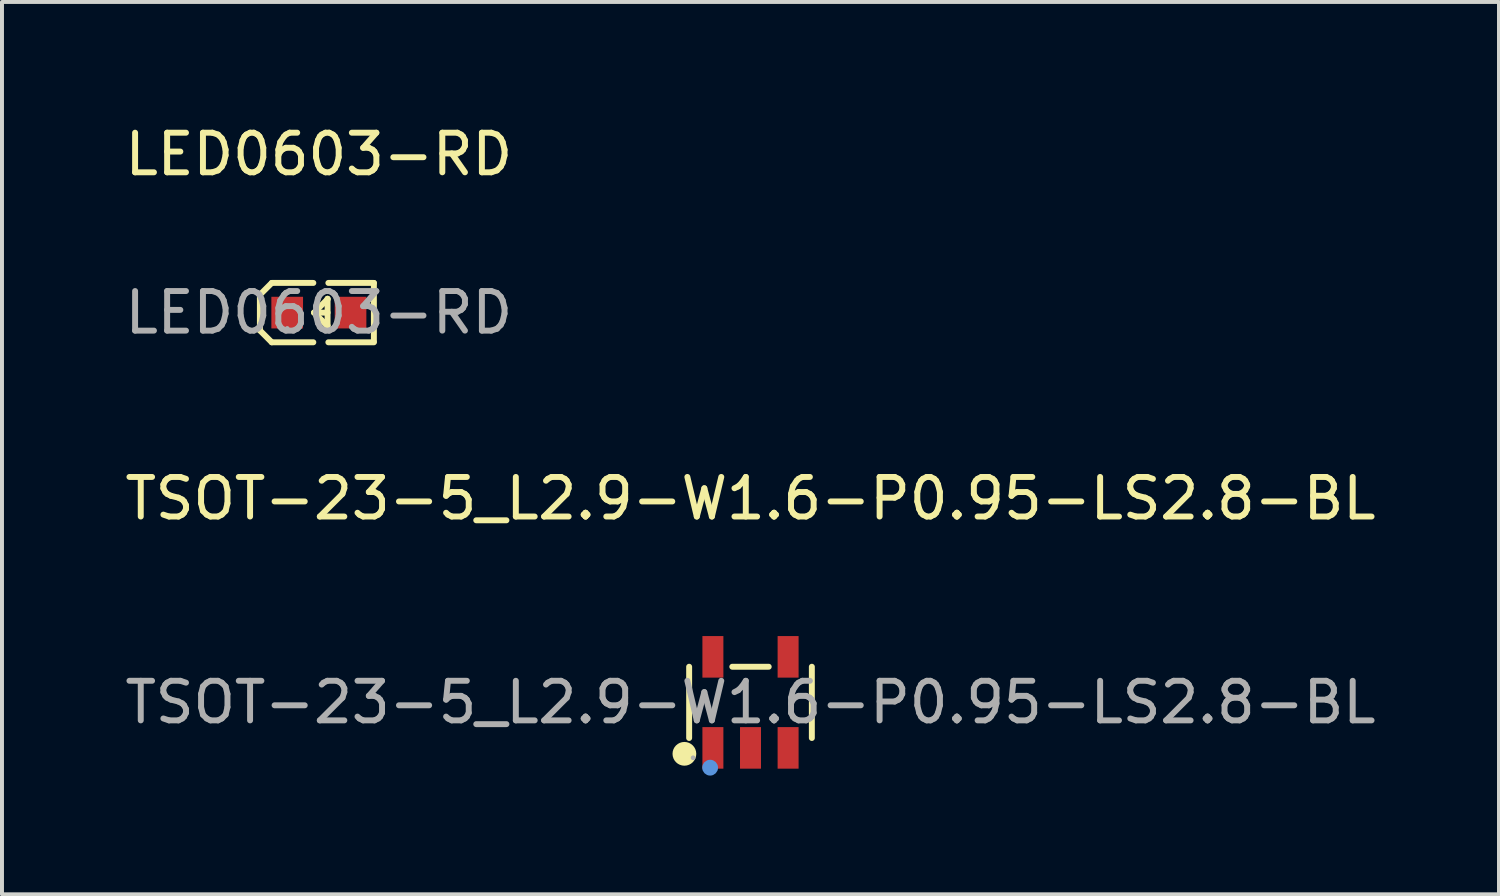
<source format=kicad_pcb>
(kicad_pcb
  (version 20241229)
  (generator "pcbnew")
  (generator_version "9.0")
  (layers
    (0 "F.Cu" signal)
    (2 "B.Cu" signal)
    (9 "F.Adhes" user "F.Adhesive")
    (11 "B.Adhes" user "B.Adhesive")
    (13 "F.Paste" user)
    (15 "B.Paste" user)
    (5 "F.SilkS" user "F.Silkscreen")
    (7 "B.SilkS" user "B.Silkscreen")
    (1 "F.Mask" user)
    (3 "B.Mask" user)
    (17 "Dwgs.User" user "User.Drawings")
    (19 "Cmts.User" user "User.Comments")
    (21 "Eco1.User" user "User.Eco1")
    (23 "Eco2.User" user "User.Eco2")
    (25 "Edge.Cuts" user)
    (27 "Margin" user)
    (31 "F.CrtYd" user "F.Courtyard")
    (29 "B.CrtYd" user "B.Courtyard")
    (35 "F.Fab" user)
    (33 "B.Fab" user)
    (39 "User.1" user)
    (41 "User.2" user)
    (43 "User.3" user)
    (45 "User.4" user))
  (footprint "TSOT-23-5_L2.9-W1.6-P0.95-LS2.8-BL"
    (layer "F.Cu")
    (at 15.911 14.695)
    (property "Reference" "TSOT-23-5_L2.9-W1.6-P0.95-LS2.8-BL" (at 0 -5.15 0) (layer "F.SilkS") (effects (font (size 1 1) (thickness 0.15))))
    (attr smd)
    (fp_line (start -1.55 0.9) (end -1.55 -0.9) (stroke (width 0.15) (type solid)) (layer "F.SilkS"))
    (fp_line (start 0.46 -0.9) (end -0.46 -0.9) (stroke (width 0.15) (type solid)) (layer "F.SilkS"))
    (fp_line (start 1.55 0.9) (end 1.55 -0.9) (stroke (width 0.15) (type solid)) (layer "F.SilkS"))
    (fp_circle (center -1.67 1.3) (end -1.52 1.3) (stroke (width 0.3) (type solid)) (fill no) (layer "F.SilkS"))
    (fp_circle (center -1.02 1.65) (end -0.92 1.65) (stroke (width 0.2) (type solid)) (fill no) (layer "Cmts.User"))
    (fp_circle (center -1.45 1.4) (end -1.42 1.4) (stroke (width 0.06) (type solid)) (fill no) (layer "F.Fab"))
    (fp_text user "${REFERENCE}" (at 0 0 0) (layer "F.Fab") (effects (font (size 1 1) (thickness 0.15))))
    (pad "1" smd rect (at -0.95 1.15) (size 0.53 1.05) (layers "F.Cu" "F.Mask" "F.Paste"))
    (pad "2" smd rect (at 0 1.15) (size 0.53 1.05) (layers "F.Cu" "F.Mask" "F.Paste"))
    (pad "3" smd rect (at 0.95 1.15) (size 0.53 1.05) (layers "F.Cu" "F.Mask" "F.Paste"))
    (pad "4" smd rect (at 0.95 -1.15) (size 0.53 1.05) (layers "F.Cu" "F.Mask" "F.Paste"))
    (pad "5" smd rect (at -0.95 -1.15) (size 0.53 1.05) (layers "F.Cu" "F.Mask" "F.Paste")))
  (footprint "LED0603-RD"
    (layer "F.Cu")
    (at 5.006 4.848)
    (property "Reference" "LED0603-RD" (at 0 -4 0) (layer "F.SilkS") (effects (font (size 1 1) (thickness 0.15))))
    (attr smd)
    (fp_line (start -1.49 -0.45) (end -1.19 -0.75) (stroke (width 0.15) (type solid)) (layer "F.SilkS"))
    (fp_line (start -1.49 -0.35) (end -1.49 -0.45) (stroke (width 0.15) (type solid)) (layer "F.SilkS"))
    (fp_line (start -1.49 -0.35) (end -1.49 0.35) (stroke (width 0.15) (type solid)) (layer "F.SilkS"))
    (fp_line (start -1.49 0.35) (end -1.49 0.45) (stroke (width 0.15) (type solid)) (layer "F.SilkS"))
    (fp_line (start -1.49 0.45) (end -1.19 0.75) (stroke (width 0.15) (type solid)) (layer "F.SilkS"))
    (fp_line (start -0.14 -0.75) (end -1.19 -0.75) (stroke (width 0.15) (type solid)) (layer "F.SilkS"))
    (fp_line (start -0.14 0.75) (end -1.19 0.75) (stroke (width 0.15) (type solid)) (layer "F.SilkS"))
    (fp_line (start 0.21 0.33) (end -0.12 0) (stroke (width 0.15) (type solid)) (layer "F.SilkS"))
    (fp_line (start 0.22 -0.35) (end 0.22 -0.34) (stroke (width 0.15) (type solid)) (layer "F.SilkS"))
    (fp_line (start 0.22 -0.35) (end 0.22 0.33) (stroke (width 0.15) (type solid)) (layer "F.SilkS"))
    (fp_line (start 0.22 -0.34) (end -0.12 0) (stroke (width 0.15) (type solid)) (layer "F.SilkS"))
    (fp_line (start 0.22 0) (end -0.12 0) (stroke (width 0.15) (type solid)) (layer "F.SilkS"))
    (fp_line (start 0.22 0.33) (end 0.21 0.33) (stroke (width 0.15) (type solid)) (layer "F.SilkS"))
    (fp_line (start 0.24 -0.75) (end 1.39 -0.75) (stroke (width 0.15) (type solid)) (layer "F.SilkS"))
    (fp_line (start 0.24 0.75) (end 1.39 0.75) (stroke (width 0.15) (type solid)) (layer "F.SilkS"))
    (fp_line (start 1.39 -0.75) (end 1.39 0.73) (stroke (width 0.15) (type solid)) (layer "F.SilkS"))
    (fp_circle (center -0.8 0.4) (end -0.77 0.4) (stroke (width 0.06) (type solid)) (fill no) (layer "F.Fab"))
    (fp_text user "${REFERENCE}" (at 0 0 0) (layer "F.Fab") (effects (font (size 1 1) (thickness 0.15))))
    (pad "1" smd rect (at -0.8 0 90) (size 0.8 0.8) (layers "F.Cu" "F.Mask" "F.Paste"))
    (pad "2" smd rect (at 0.8 0 90) (size 0.8 0.8) (layers "F.Cu" "F.Mask" "F.Paste")))
  (gr_rect
    (start -3 -3)
    (end 34.821 19.545)
    (stroke (width 0.1) (type default))
    (fill no)
    (layer "Edge.Cuts")))
</source>
